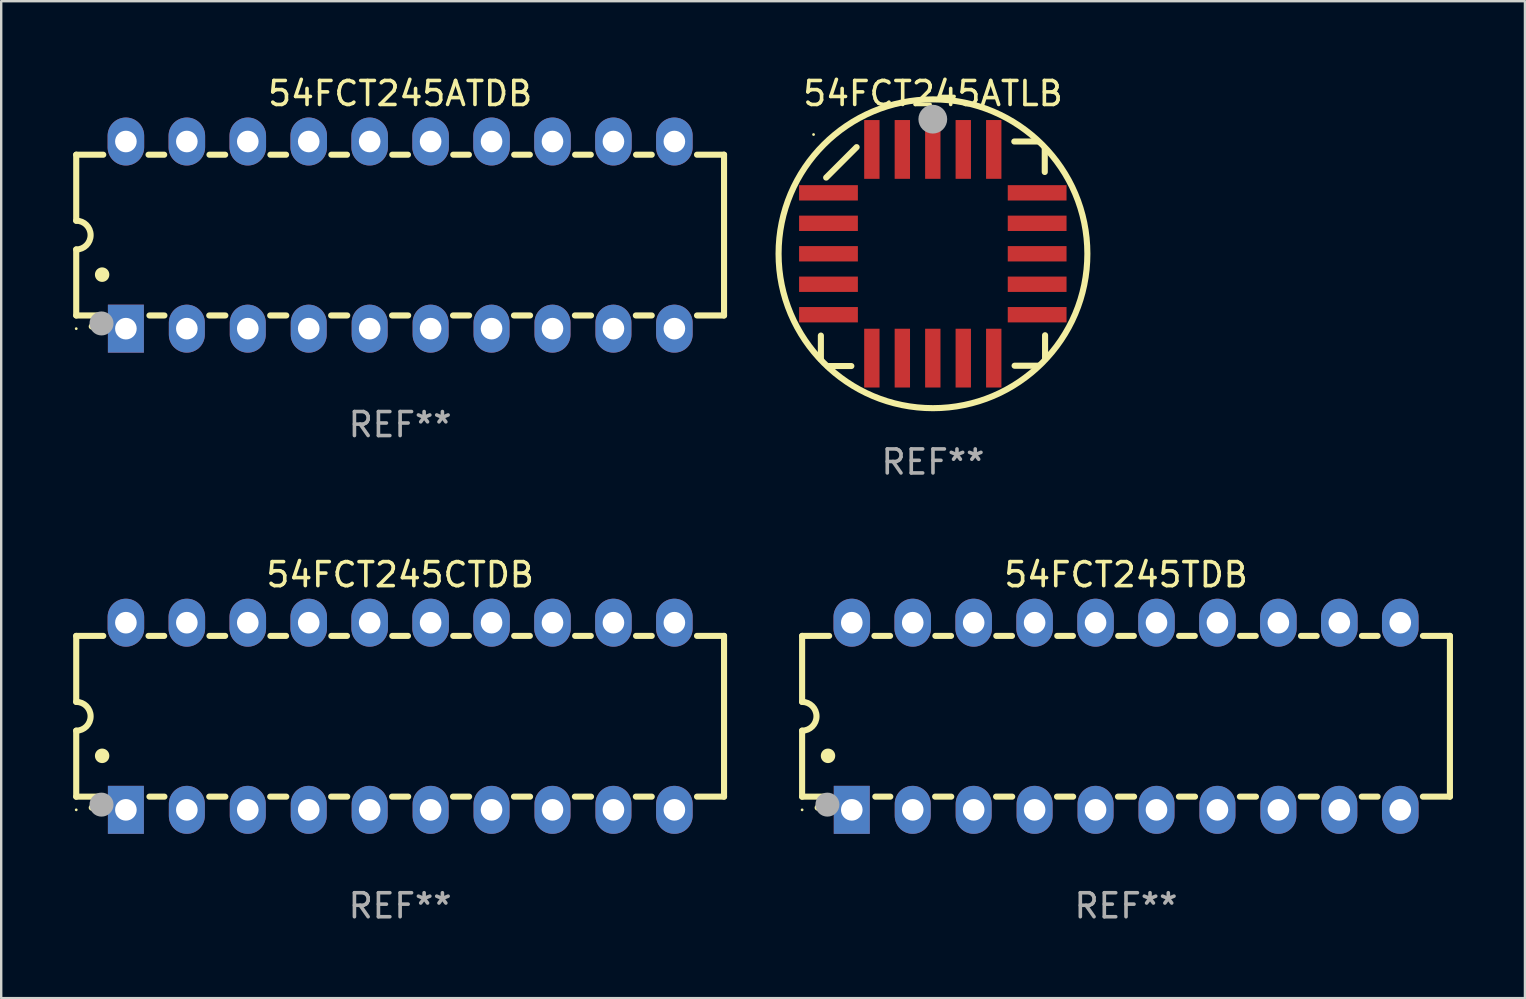
<source format=kicad_pcb>
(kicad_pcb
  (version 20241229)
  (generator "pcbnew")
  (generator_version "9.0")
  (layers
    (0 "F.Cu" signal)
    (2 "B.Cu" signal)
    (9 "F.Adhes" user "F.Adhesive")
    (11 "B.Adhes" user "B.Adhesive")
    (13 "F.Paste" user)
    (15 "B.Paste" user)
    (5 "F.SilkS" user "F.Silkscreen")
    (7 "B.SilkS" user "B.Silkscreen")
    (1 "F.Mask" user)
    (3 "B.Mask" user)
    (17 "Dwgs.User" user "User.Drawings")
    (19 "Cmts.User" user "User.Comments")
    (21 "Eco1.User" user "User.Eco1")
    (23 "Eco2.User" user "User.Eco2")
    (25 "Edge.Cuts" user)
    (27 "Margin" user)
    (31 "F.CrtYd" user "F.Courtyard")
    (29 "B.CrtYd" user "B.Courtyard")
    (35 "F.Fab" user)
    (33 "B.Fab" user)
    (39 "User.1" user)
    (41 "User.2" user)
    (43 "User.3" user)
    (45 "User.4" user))
  (footprint "54FCT245ATLB"
    (layer "F.Cu")
    (at 35.835 7.527)
    (property "Reference" "54FCT245ATLB" (at 0 -6.679 0) (layer "F.SilkS") (effects (font (size 1 1) (thickness 0.15))))
    (attr through_hole)
    (fp_line (start -4.672 4.4) (end -4.672 3.409) (stroke (width 0.254) (type solid)) (layer "F.SilkS"))
    (fp_line (start -4.452 -3.175) (end -3.182 -4.445) (stroke (width 0.254) (type solid)) (layer "F.SilkS"))
    (fp_line (start -4.393 4.679) (end -3.402 4.679) (stroke (width 0.254) (type solid)) (layer "F.SilkS"))
    (fp_line (start 4.379 -4.679) (end 3.389 -4.679) (stroke (width 0.254) (type solid)) (layer "F.SilkS"))
    (fp_line (start 4.393 4.666) (end 3.402 4.666) (stroke (width 0.254) (type solid)) (layer "F.SilkS"))
    (fp_line (start 4.659 -4.4) (end 4.659 -3.409) (stroke (width 0.254) (type solid)) (layer "F.SilkS"))
    (fp_line (start 4.672 4.386) (end 4.672 3.396) (stroke (width 0.254) (type solid)) (layer "F.SilkS"))
    (fp_arc (start -4.672276 4.424968) (mid 4.672254 -4.424946) (end -4.672276 4.424968) (stroke (width 0.254001) (type solid)) (layer "F.SilkS"))
    (fp_arc (start 0.089827 -5.759969) (mid 0.097662 -5.803742) (end 0.120307 -5.842012) (stroke (width 0.249936) (type solid)) (layer "F.SilkS"))
    (fp_circle (center -4.977 -4.97) (end -4.947 -4.97) (stroke (width 0.06) (type solid)) (fill no) (layer "F.SilkS"))
    (fp_circle (center -0.007 -5.61) (end 0.293 -5.61) (stroke (width 0.6) (type solid)) (fill no) (layer "F.Fab"))
    (fp_text user "REF**" (at 0 8.679 0) (layer "F.Fab") (effects (font (size 1 1) (thickness 0.15))))
    (pad "1" smd rect (at -0.007 -4.349) (size 0.64 2.45) (layers "F.Cu" "F.Mask" "F.Paste"))
    (pad "2" smd rect (at -1.277 -4.349) (size 0.64 2.45) (layers "F.Cu" "F.Mask" "F.Paste"))
    (pad "3" smd rect (at -2.547 -4.348) (size 0.64 2.45) (layers "F.Cu" "F.Mask" "F.Paste"))
    (pad "4" smd rect (at -4.355 -2.54) (size 2.45 0.64) (layers "F.Cu" "F.Mask" "F.Paste"))
    (pad "5" smd rect (at -4.355 -1.27) (size 2.45 0.64) (layers "F.Cu" "F.Mask" "F.Paste"))
    (pad "6" smd rect (at -4.355 0) (size 2.45 0.64) (layers "F.Cu" "F.Mask" "F.Paste"))
    (pad "7" smd rect (at -4.355 1.27) (size 2.45 0.64) (layers "F.Cu" "F.Mask" "F.Paste"))
    (pad "8" smd rect (at -4.355 2.54) (size 2.45 0.64) (layers "F.Cu" "F.Mask" "F.Paste"))
    (pad "9" smd rect (at -2.547 4.349) (size 0.64 2.45) (layers "F.Cu" "F.Mask" "F.Paste"))
    (pad "10" smd rect (at -1.277 4.349) (size 0.64 2.45) (layers "F.Cu" "F.Mask" "F.Paste"))
    (pad "11" smd rect (at -0.007 4.349) (size 0.64 2.45) (layers "F.Cu" "F.Mask" "F.Paste"))
    (pad "12" smd rect (at 1.263 4.349) (size 0.64 2.45) (layers "F.Cu" "F.Mask" "F.Paste"))
    (pad "13" smd rect (at 2.533 4.349) (size 0.64 2.45) (layers "F.Cu" "F.Mask" "F.Paste"))
    (pad "14" smd rect (at 4.342 2.54) (size 2.45 0.64) (layers "F.Cu" "F.Mask" "F.Paste"))
    (pad "15" smd rect (at 4.342 1.27) (size 2.45 0.64) (layers "F.Cu" "F.Mask" "F.Paste"))
    (pad "16" smd rect (at 4.342 0) (size 2.45 0.64) (layers "F.Cu" "F.Mask" "F.Paste"))
    (pad "17" smd rect (at 4.342 -1.27) (size 2.45 0.64) (layers "F.Cu" "F.Mask" "F.Paste"))
    (pad "18" smd rect (at 4.342 -2.54) (size 2.45 0.64) (layers "F.Cu" "F.Mask" "F.Paste"))
    (pad "19" smd rect (at 2.533 -4.349) (size 0.64 2.45) (layers "F.Cu" "F.Mask" "F.Paste"))
    (pad "20" smd rect (at 1.263 -4.349) (size 0.64 2.45) (layers "F.Cu" "F.Mask" "F.Paste")))
  (footprint "54FCT245ATDB"
    (layer "F.Cu")
    (at 13.627 6.748)
    (property "Reference" "54FCT245ATDB" (at 0 -5.9 0) (layer "F.SilkS") (effects (font (size 1 1) (thickness 0.15))))
    (attr through_hole)
    (fp_line (start -13.5 -3.35) (end -12.373 -3.35) (stroke (width 0.254) (type solid)) (layer "F.SilkS"))
    (fp_line (start -13.5 -0.6) (end -13.5 -3.35) (stroke (width 0.254) (type solid)) (layer "F.SilkS"))
    (fp_line (start -13.5 3.35) (end -13.5 0.6) (stroke (width 0.254) (type solid)) (layer "F.SilkS"))
    (fp_line (start -13.5 3.35) (end -12.411 3.35) (stroke (width 0.254) (type solid)) (layer "F.SilkS"))
    (fp_line (start -10.487 -3.35) (end -9.833 -3.35) (stroke (width 0.254) (type solid)) (layer "F.SilkS"))
    (fp_line (start -10.449 3.35) (end -9.824 3.35) (stroke (width 0.254) (type solid)) (layer "F.SilkS"))
    (fp_line (start -7.956 3.35) (end -7.284 3.35) (stroke (width 0.254) (type solid)) (layer "F.SilkS"))
    (fp_line (start -7.947 -3.35) (end -7.293 -3.35) (stroke (width 0.254) (type solid)) (layer "F.SilkS"))
    (fp_line (start -5.416 3.35) (end -4.744 3.35) (stroke (width 0.254) (type solid)) (layer "F.SilkS"))
    (fp_line (start -5.407 -3.35) (end -4.753 -3.35) (stroke (width 0.254) (type solid)) (layer "F.SilkS"))
    (fp_line (start -2.876 3.35) (end -2.204 3.35) (stroke (width 0.254) (type solid)) (layer "F.SilkS"))
    (fp_line (start -2.867 -3.35) (end -2.213 -3.35) (stroke (width 0.254) (type solid)) (layer "F.SilkS"))
    (fp_line (start -0.336 3.35) (end 0.336 3.35) (stroke (width 0.254) (type solid)) (layer "F.SilkS"))
    (fp_line (start -0.327 -3.35) (end 0.327 -3.35) (stroke (width 0.254) (type solid)) (layer "F.SilkS"))
    (fp_line (start 2.204 3.35) (end 2.876 3.35) (stroke (width 0.254) (type solid)) (layer "F.SilkS"))
    (fp_line (start 2.213 -3.35) (end 2.867 -3.35) (stroke (width 0.254) (type solid)) (layer "F.SilkS"))
    (fp_line (start 4.744 3.35) (end 5.416 3.35) (stroke (width 0.254) (type solid)) (layer "F.SilkS"))
    (fp_line (start 4.753 -3.35) (end 5.407 -3.35) (stroke (width 0.254) (type solid)) (layer "F.SilkS"))
    (fp_line (start 7.284 3.35) (end 7.956 3.35) (stroke (width 0.254) (type solid)) (layer "F.SilkS"))
    (fp_line (start 7.293 -3.35) (end 7.947 -3.35) (stroke (width 0.254) (type solid)) (layer "F.SilkS"))
    (fp_line (start 9.824 3.35) (end 10.487 3.35) (stroke (width 0.254) (type solid)) (layer "F.SilkS"))
    (fp_line (start 9.833 -3.35) (end 10.487 -3.35) (stroke (width 0.254) (type solid)) (layer "F.SilkS"))
    (fp_line (start 12.373 -3.35) (end 13.5 -3.35) (stroke (width 0.254) (type solid)) (layer "F.SilkS"))
    (fp_line (start 12.373 3.35) (end 13.5 3.35) (stroke (width 0.254) (type solid)) (layer "F.SilkS"))
    (fp_line (start 13.5 -3.35) (end 13.5 3.35) (stroke (width 0.254) (type solid)) (layer "F.SilkS"))
    (fp_arc (start -13.500127 -0.599442) (mid -12.900406 0.000228) (end -13.500025 0.6) (stroke (width 0.254001) (type solid)) (layer "F.SilkS"))
    (fp_arc (start -12.854966 3.810008) (mid -12.854973 3.808738) (end -12.854966 3.807468) (stroke (width 0.25) (type solid)) (layer "F.SilkS"))
    (fp_arc (start -12.420625 1.651003) (mid -12.420636 1.648463) (end -12.420625 1.645923) (stroke (width 0.6) (type solid)) (layer "F.SilkS"))
    (fp_circle (center -13.5 3.9) (end -13.47 3.9) (stroke (width 0.06) (type solid)) (fill no) (layer "F.SilkS"))
    (fp_circle (center -12.446 3.683) (end -12.196 3.683) (stroke (width 0.5) (type solid)) (fill no) (layer "F.Fab"))
    (fp_text user "REF**" (at 0 7.9 0) (layer "F.Fab") (effects (font (size 1 1) (thickness 0.15))))
    (pad "1" thru_hole rect (at -11.43 3.9 90) (size 2 1.5) (drill 0.9) (layers "*.Cu" "*.Mask"))
    (pad "2" thru_hole oval (at -8.89 3.9 90) (size 2 1.5) (drill 0.9) (layers "*.Cu" "*.Mask"))
    (pad "3" thru_hole oval (at -6.35 3.9 90) (size 2 1.5) (drill 0.9) (layers "*.Cu" "*.Mask"))
    (pad "4" thru_hole oval (at -3.81 3.9 90) (size 2 1.5) (drill 0.9) (layers "*.Cu" "*.Mask"))
    (pad "5" thru_hole oval (at -1.27 3.9 90) (size 2 1.5) (drill 0.9) (layers "*.Cu" "*.Mask"))
    (pad "6" thru_hole oval (at 1.27 3.9 90) (size 2 1.5) (drill 0.9) (layers "*.Cu" "*.Mask"))
    (pad "7" thru_hole oval (at 3.81 3.9 90) (size 2 1.5) (drill 0.9) (layers "*.Cu" "*.Mask"))
    (pad "8" thru_hole oval (at 6.35 3.9 90) (size 2 1.5) (drill 0.9) (layers "*.Cu" "*.Mask"))
    (pad "9" thru_hole oval (at 8.89 3.9 90) (size 2 1.5) (drill 0.9) (layers "*.Cu" "*.Mask"))
    (pad "10" thru_hole oval (at 11.43 3.9 90) (size 2 1.524) (drill 0.9) (layers "*.Cu" "*.Mask"))
    (pad "11" thru_hole oval (at 11.43 -3.9 90) (size 2 1.524) (drill 0.9) (layers "*.Cu" "*.Mask"))
    (pad "12" thru_hole oval (at 8.89 -3.9 90) (size 2 1.524) (drill 0.9) (layers "*.Cu" "*.Mask"))
    (pad "13" thru_hole oval (at 6.35 -3.9 90) (size 2 1.524) (drill 0.9) (layers "*.Cu" "*.Mask"))
    (pad "14" thru_hole oval (at 3.81 -3.9 90) (size 2 1.524) (drill 0.9) (layers "*.Cu" "*.Mask"))
    (pad "15" thru_hole oval (at 1.27 -3.9 90) (size 2 1.524) (drill 0.9) (layers "*.Cu" "*.Mask"))
    (pad "16" thru_hole oval (at -1.27 -3.9 90) (size 2 1.524) (drill 0.9) (layers "*.Cu" "*.Mask"))
    (pad "17" thru_hole oval (at -3.81 -3.9 90) (size 2 1.524) (drill 0.9) (layers "*.Cu" "*.Mask"))
    (pad "18" thru_hole oval (at -6.35 -3.9 90) (size 2 1.524) (drill 0.9) (layers "*.Cu" "*.Mask"))
    (pad "19" thru_hole oval (at -8.89 -3.9 90) (size 2 1.524) (drill 0.9) (layers "*.Cu" "*.Mask"))
    (pad "20" thru_hole oval (at -11.43 -3.9 90) (size 2 1.524) (drill 0.9) (layers "*.Cu" "*.Mask")))
  (footprint "54FCT245TDB"
    (layer "F.Cu")
    (at 43.881 26.803)
    (property "Reference" "54FCT245TDB" (at 0 -5.9 0) (layer "F.SilkS") (effects (font (size 1 1) (thickness 0.15))))
    (attr through_hole)
    (fp_line (start -13.5 -3.35) (end -12.373 -3.35) (stroke (width 0.254) (type solid)) (layer "F.SilkS"))
    (fp_line (start -13.5 -0.6) (end -13.5 -3.35) (stroke (width 0.254) (type solid)) (layer "F.SilkS"))
    (fp_line (start -13.5 3.35) (end -13.5 0.6) (stroke (width 0.254) (type solid)) (layer "F.SilkS"))
    (fp_line (start -13.5 3.35) (end -12.411 3.35) (stroke (width 0.254) (type solid)) (layer "F.SilkS"))
    (fp_line (start -10.487 -3.35) (end -9.833 -3.35) (stroke (width 0.254) (type solid)) (layer "F.SilkS"))
    (fp_line (start -10.449 3.35) (end -9.824 3.35) (stroke (width 0.254) (type solid)) (layer "F.SilkS"))
    (fp_line (start -7.956 3.35) (end -7.284 3.35) (stroke (width 0.254) (type solid)) (layer "F.SilkS"))
    (fp_line (start -7.947 -3.35) (end -7.293 -3.35) (stroke (width 0.254) (type solid)) (layer "F.SilkS"))
    (fp_line (start -5.416 3.35) (end -4.744 3.35) (stroke (width 0.254) (type solid)) (layer "F.SilkS"))
    (fp_line (start -5.407 -3.35) (end -4.753 -3.35) (stroke (width 0.254) (type solid)) (layer "F.SilkS"))
    (fp_line (start -2.876 3.35) (end -2.204 3.35) (stroke (width 0.254) (type solid)) (layer "F.SilkS"))
    (fp_line (start -2.867 -3.35) (end -2.213 -3.35) (stroke (width 0.254) (type solid)) (layer "F.SilkS"))
    (fp_line (start -0.336 3.35) (end 0.336 3.35) (stroke (width 0.254) (type solid)) (layer "F.SilkS"))
    (fp_line (start -0.327 -3.35) (end 0.327 -3.35) (stroke (width 0.254) (type solid)) (layer "F.SilkS"))
    (fp_line (start 2.204 3.35) (end 2.876 3.35) (stroke (width 0.254) (type solid)) (layer "F.SilkS"))
    (fp_line (start 2.213 -3.35) (end 2.867 -3.35) (stroke (width 0.254) (type solid)) (layer "F.SilkS"))
    (fp_line (start 4.744 3.35) (end 5.416 3.35) (stroke (width 0.254) (type solid)) (layer "F.SilkS"))
    (fp_line (start 4.753 -3.35) (end 5.407 -3.35) (stroke (width 0.254) (type solid)) (layer "F.SilkS"))
    (fp_line (start 7.284 3.35) (end 7.956 3.35) (stroke (width 0.254) (type solid)) (layer "F.SilkS"))
    (fp_line (start 7.293 -3.35) (end 7.947 -3.35) (stroke (width 0.254) (type solid)) (layer "F.SilkS"))
    (fp_line (start 9.824 3.35) (end 10.487 3.35) (stroke (width 0.254) (type solid)) (layer "F.SilkS"))
    (fp_line (start 9.833 -3.35) (end 10.487 -3.35) (stroke (width 0.254) (type solid)) (layer "F.SilkS"))
    (fp_line (start 12.373 -3.35) (end 13.5 -3.35) (stroke (width 0.254) (type solid)) (layer "F.SilkS"))
    (fp_line (start 12.373 3.35) (end 13.5 3.35) (stroke (width 0.254) (type solid)) (layer "F.SilkS"))
    (fp_line (start 13.5 -3.35) (end 13.5 3.35) (stroke (width 0.254) (type solid)) (layer "F.SilkS"))
    (fp_arc (start -13.500127 -0.599442) (mid -12.900406 0.000228) (end -13.500025 0.6) (stroke (width 0.254001) (type solid)) (layer "F.SilkS"))
    (fp_arc (start -12.854966 3.810008) (mid -12.854973 3.808738) (end -12.854966 3.807468) (stroke (width 0.25) (type solid)) (layer "F.SilkS"))
    (fp_arc (start -12.420625 1.651003) (mid -12.420636 1.648463) (end -12.420625 1.645923) (stroke (width 0.6) (type solid)) (layer "F.SilkS"))
    (fp_circle (center -13.5 3.9) (end -13.47 3.9) (stroke (width 0.06) (type solid)) (fill no) (layer "F.SilkS"))
    (fp_circle (center -12.446 3.683) (end -12.196 3.683) (stroke (width 0.5) (type solid)) (fill no) (layer "F.Fab"))
    (fp_text user "REF**" (at 0 7.9 0) (layer "F.Fab") (effects (font (size 1 1) (thickness 0.15))))
    (pad "1" thru_hole rect (at -11.43 3.9 90) (size 2 1.5) (drill 0.9) (layers "*.Cu" "*.Mask"))
    (pad "2" thru_hole oval (at -8.89 3.9 90) (size 2 1.5) (drill 0.9) (layers "*.Cu" "*.Mask"))
    (pad "3" thru_hole oval (at -6.35 3.9 90) (size 2 1.5) (drill 0.9) (layers "*.Cu" "*.Mask"))
    (pad "4" thru_hole oval (at -3.81 3.9 90) (size 2 1.5) (drill 0.9) (layers "*.Cu" "*.Mask"))
    (pad "5" thru_hole oval (at -1.27 3.9 90) (size 2 1.5) (drill 0.9) (layers "*.Cu" "*.Mask"))
    (pad "6" thru_hole oval (at 1.27 3.9 90) (size 2 1.5) (drill 0.9) (layers "*.Cu" "*.Mask"))
    (pad "7" thru_hole oval (at 3.81 3.9 90) (size 2 1.5) (drill 0.9) (layers "*.Cu" "*.Mask"))
    (pad "8" thru_hole oval (at 6.35 3.9 90) (size 2 1.5) (drill 0.9) (layers "*.Cu" "*.Mask"))
    (pad "9" thru_hole oval (at 8.89 3.9 90) (size 2 1.5) (drill 0.9) (layers "*.Cu" "*.Mask"))
    (pad "10" thru_hole oval (at 11.43 3.9 90) (size 2 1.524) (drill 0.9) (layers "*.Cu" "*.Mask"))
    (pad "11" thru_hole oval (at 11.43 -3.9 90) (size 2 1.524) (drill 0.9) (layers "*.Cu" "*.Mask"))
    (pad "12" thru_hole oval (at 8.89 -3.9 90) (size 2 1.524) (drill 0.9) (layers "*.Cu" "*.Mask"))
    (pad "13" thru_hole oval (at 6.35 -3.9 90) (size 2 1.524) (drill 0.9) (layers "*.Cu" "*.Mask"))
    (pad "14" thru_hole oval (at 3.81 -3.9 90) (size 2 1.524) (drill 0.9) (layers "*.Cu" "*.Mask"))
    (pad "15" thru_hole oval (at 1.27 -3.9 90) (size 2 1.524) (drill 0.9) (layers "*.Cu" "*.Mask"))
    (pad "16" thru_hole oval (at -1.27 -3.9 90) (size 2 1.524) (drill 0.9) (layers "*.Cu" "*.Mask"))
    (pad "17" thru_hole oval (at -3.81 -3.9 90) (size 2 1.524) (drill 0.9) (layers "*.Cu" "*.Mask"))
    (pad "18" thru_hole oval (at -6.35 -3.9 90) (size 2 1.524) (drill 0.9) (layers "*.Cu" "*.Mask"))
    (pad "19" thru_hole oval (at -8.89 -3.9 90) (size 2 1.524) (drill 0.9) (layers "*.Cu" "*.Mask"))
    (pad "20" thru_hole oval (at -11.43 -3.9 90) (size 2 1.524) (drill 0.9) (layers "*.Cu" "*.Mask")))
  (footprint "54FCT245CTDB"
    (layer "F.Cu")
    (at 13.627 26.803)
    (property "Reference" "54FCT245CTDB" (at 0 -5.9 0) (layer "F.SilkS") (effects (font (size 1 1) (thickness 0.15))))
    (attr through_hole)
    (fp_line (start -13.5 -3.35) (end -12.373 -3.35) (stroke (width 0.254) (type solid)) (layer "F.SilkS"))
    (fp_line (start -13.5 -0.6) (end -13.5 -3.35) (stroke (width 0.254) (type solid)) (layer "F.SilkS"))
    (fp_line (start -13.5 3.35) (end -13.5 0.6) (stroke (width 0.254) (type solid)) (layer "F.SilkS"))
    (fp_line (start -13.5 3.35) (end -12.411 3.35) (stroke (width 0.254) (type solid)) (layer "F.SilkS"))
    (fp_line (start -10.487 -3.35) (end -9.833 -3.35) (stroke (width 0.254) (type solid)) (layer "F.SilkS"))
    (fp_line (start -10.449 3.35) (end -9.824 3.35) (stroke (width 0.254) (type solid)) (layer "F.SilkS"))
    (fp_line (start -7.956 3.35) (end -7.284 3.35) (stroke (width 0.254) (type solid)) (layer "F.SilkS"))
    (fp_line (start -7.947 -3.35) (end -7.293 -3.35) (stroke (width 0.254) (type solid)) (layer "F.SilkS"))
    (fp_line (start -5.416 3.35) (end -4.744 3.35) (stroke (width 0.254) (type solid)) (layer "F.SilkS"))
    (fp_line (start -5.407 -3.35) (end -4.753 -3.35) (stroke (width 0.254) (type solid)) (layer "F.SilkS"))
    (fp_line (start -2.876 3.35) (end -2.204 3.35) (stroke (width 0.254) (type solid)) (layer "F.SilkS"))
    (fp_line (start -2.867 -3.35) (end -2.213 -3.35) (stroke (width 0.254) (type solid)) (layer "F.SilkS"))
    (fp_line (start -0.336 3.35) (end 0.336 3.35) (stroke (width 0.254) (type solid)) (layer "F.SilkS"))
    (fp_line (start -0.327 -3.35) (end 0.327 -3.35) (stroke (width 0.254) (type solid)) (layer "F.SilkS"))
    (fp_line (start 2.204 3.35) (end 2.876 3.35) (stroke (width 0.254) (type solid)) (layer "F.SilkS"))
    (fp_line (start 2.213 -3.35) (end 2.867 -3.35) (stroke (width 0.254) (type solid)) (layer "F.SilkS"))
    (fp_line (start 4.744 3.35) (end 5.416 3.35) (stroke (width 0.254) (type solid)) (layer "F.SilkS"))
    (fp_line (start 4.753 -3.35) (end 5.407 -3.35) (stroke (width 0.254) (type solid)) (layer "F.SilkS"))
    (fp_line (start 7.284 3.35) (end 7.956 3.35) (stroke (width 0.254) (type solid)) (layer "F.SilkS"))
    (fp_line (start 7.293 -3.35) (end 7.947 -3.35) (stroke (width 0.254) (type solid)) (layer "F.SilkS"))
    (fp_line (start 9.824 3.35) (end 10.487 3.35) (stroke (width 0.254) (type solid)) (layer "F.SilkS"))
    (fp_line (start 9.833 -3.35) (end 10.487 -3.35) (stroke (width 0.254) (type solid)) (layer "F.SilkS"))
    (fp_line (start 12.373 -3.35) (end 13.5 -3.35) (stroke (width 0.254) (type solid)) (layer "F.SilkS"))
    (fp_line (start 12.373 3.35) (end 13.5 3.35) (stroke (width 0.254) (type solid)) (layer "F.SilkS"))
    (fp_line (start 13.5 -3.35) (end 13.5 3.35) (stroke (width 0.254) (type solid)) (layer "F.SilkS"))
    (fp_arc (start -13.500127 -0.599442) (mid -12.900406 0.000228) (end -13.500025 0.6) (stroke (width 0.254001) (type solid)) (layer "F.SilkS"))
    (fp_arc (start -12.854966 3.810008) (mid -12.854973 3.808738) (end -12.854966 3.807468) (stroke (width 0.25) (type solid)) (layer "F.SilkS"))
    (fp_arc (start -12.420625 1.651003) (mid -12.420636 1.648463) (end -12.420625 1.645923) (stroke (width 0.6) (type solid)) (layer "F.SilkS"))
    (fp_circle (center -13.5 3.9) (end -13.47 3.9) (stroke (width 0.06) (type solid)) (fill no) (layer "F.SilkS"))
    (fp_circle (center -12.446 3.683) (end -12.196 3.683) (stroke (width 0.5) (type solid)) (fill no) (layer "F.Fab"))
    (fp_text user "REF**" (at 0 7.9 0) (layer "F.Fab") (effects (font (size 1 1) (thickness 0.15))))
    (pad "1" thru_hole rect (at -11.43 3.9 90) (size 2 1.5) (drill 0.9) (layers "*.Cu" "*.Mask"))
    (pad "2" thru_hole oval (at -8.89 3.9 90) (size 2 1.5) (drill 0.9) (layers "*.Cu" "*.Mask"))
    (pad "3" thru_hole oval (at -6.35 3.9 90) (size 2 1.5) (drill 0.9) (layers "*.Cu" "*.Mask"))
    (pad "4" thru_hole oval (at -3.81 3.9 90) (size 2 1.5) (drill 0.9) (layers "*.Cu" "*.Mask"))
    (pad "5" thru_hole oval (at -1.27 3.9 90) (size 2 1.5) (drill 0.9) (layers "*.Cu" "*.Mask"))
    (pad "6" thru_hole oval (at 1.27 3.9 90) (size 2 1.5) (drill 0.9) (layers "*.Cu" "*.Mask"))
    (pad "7" thru_hole oval (at 3.81 3.9 90) (size 2 1.5) (drill 0.9) (layers "*.Cu" "*.Mask"))
    (pad "8" thru_hole oval (at 6.35 3.9 90) (size 2 1.5) (drill 0.9) (layers "*.Cu" "*.Mask"))
    (pad "9" thru_hole oval (at 8.89 3.9 90) (size 2 1.5) (drill 0.9) (layers "*.Cu" "*.Mask"))
    (pad "10" thru_hole oval (at 11.43 3.9 90) (size 2 1.524) (drill 0.9) (layers "*.Cu" "*.Mask"))
    (pad "11" thru_hole oval (at 11.43 -3.9 90) (size 2 1.524) (drill 0.9) (layers "*.Cu" "*.Mask"))
    (pad "12" thru_hole oval (at 8.89 -3.9 90) (size 2 1.524) (drill 0.9) (layers "*.Cu" "*.Mask"))
    (pad "13" thru_hole oval (at 6.35 -3.9 90) (size 2 1.524) (drill 0.9) (layers "*.Cu" "*.Mask"))
    (pad "14" thru_hole oval (at 3.81 -3.9 90) (size 2 1.524) (drill 0.9) (layers "*.Cu" "*.Mask"))
    (pad "15" thru_hole oval (at 1.27 -3.9 90) (size 2 1.524) (drill 0.9) (layers "*.Cu" "*.Mask"))
    (pad "16" thru_hole oval (at -1.27 -3.9 90) (size 2 1.524) (drill 0.9) (layers "*.Cu" "*.Mask"))
    (pad "17" thru_hole oval (at -3.81 -3.9 90) (size 2 1.524) (drill 0.9) (layers "*.Cu" "*.Mask"))
    (pad "18" thru_hole oval (at -6.35 -3.9 90) (size 2 1.524) (drill 0.9) (layers "*.Cu" "*.Mask"))
    (pad "19" thru_hole oval (at -8.89 -3.9 90) (size 2 1.524) (drill 0.9) (layers "*.Cu" "*.Mask"))
    (pad "20" thru_hole oval (at -11.43 -3.9 90) (size 2 1.524) (drill 0.9) (layers "*.Cu" "*.Mask")))
  (gr_rect
    (start -3 -3)
    (end 60.508 38.551)
    (stroke (width 0.1) (type default))
    (fill no)
    (layer "Edge.Cuts")))
</source>
